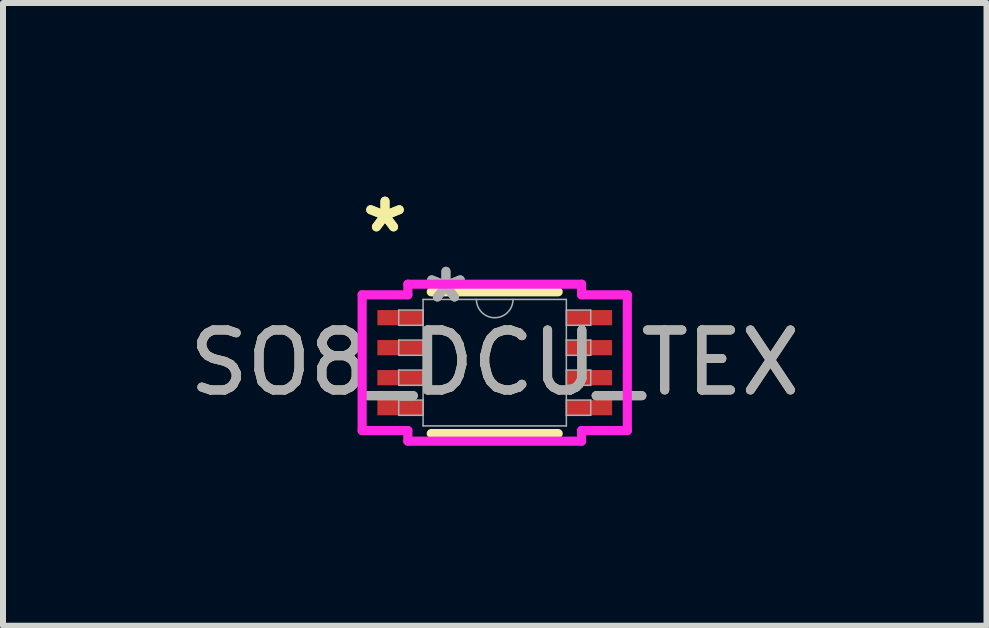
<source format=kicad_pcb>
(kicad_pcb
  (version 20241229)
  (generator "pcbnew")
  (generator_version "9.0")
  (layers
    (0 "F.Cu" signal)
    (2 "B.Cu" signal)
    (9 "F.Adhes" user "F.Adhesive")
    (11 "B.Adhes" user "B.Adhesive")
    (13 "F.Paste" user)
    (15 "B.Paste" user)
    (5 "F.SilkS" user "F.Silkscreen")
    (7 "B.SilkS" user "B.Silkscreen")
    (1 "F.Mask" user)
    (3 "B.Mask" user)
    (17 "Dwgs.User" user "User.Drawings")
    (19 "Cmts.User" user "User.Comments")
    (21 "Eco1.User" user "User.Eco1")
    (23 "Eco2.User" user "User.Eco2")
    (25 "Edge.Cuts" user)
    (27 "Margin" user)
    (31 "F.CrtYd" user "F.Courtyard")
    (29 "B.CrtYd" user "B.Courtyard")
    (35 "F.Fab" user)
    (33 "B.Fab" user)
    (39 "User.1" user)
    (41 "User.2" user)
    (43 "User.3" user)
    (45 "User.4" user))
  (footprint "SO8_DCU_TEX"
    (layer "F.Cu")
    (at 5.196 2.995)
    (property "Reference" "SO8_DCU_TEX" (at 0 0 0) (unlocked yes) (layer "F.SilkS") (effects (font (size 1 1) (thickness 0.15))))
    (attr smd)
    (fp_line (start -1.058 1.181) (end 1.058 1.181) (stroke (width 0.152) (type solid)) (layer "F.SilkS"))
    (fp_line (start 1.058 -1.181) (end -1.058 -1.181) (stroke (width 0.152) (type solid)) (layer "F.SilkS"))
    (fp_line (start -2.21 -1.131) (end -1.448 -1.131) (stroke (width 0.152) (type solid)) (layer "F.CrtYd"))
    (fp_line (start -2.21 1.131) (end -2.21 -1.131) (stroke (width 0.152) (type solid)) (layer "F.CrtYd"))
    (fp_line (start -2.21 1.131) (end -1.448 1.131) (stroke (width 0.152) (type solid)) (layer "F.CrtYd"))
    (fp_line (start -1.448 -1.308) (end 1.448 -1.308) (stroke (width 0.152) (type solid)) (layer "F.CrtYd"))
    (fp_line (start -1.448 -1.131) (end -1.448 -1.308) (stroke (width 0.152) (type solid)) (layer "F.CrtYd"))
    (fp_line (start -1.448 1.308) (end -1.448 1.131) (stroke (width 0.152) (type solid)) (layer "F.CrtYd"))
    (fp_line (start 1.448 -1.308) (end 1.448 -1.131) (stroke (width 0.152) (type solid)) (layer "F.CrtYd"))
    (fp_line (start 1.448 1.131) (end 1.448 1.308) (stroke (width 0.152) (type solid)) (layer "F.CrtYd"))
    (fp_line (start 1.448 1.308) (end -1.448 1.308) (stroke (width 0.152) (type solid)) (layer "F.CrtYd"))
    (fp_line (start 2.21 -1.131) (end 1.448 -1.131) (stroke (width 0.152) (type solid)) (layer "F.CrtYd"))
    (fp_line (start 2.21 -1.131) (end 2.21 1.131) (stroke (width 0.152) (type solid)) (layer "F.CrtYd"))
    (fp_line (start 2.21 1.131) (end 1.448 1.131) (stroke (width 0.152) (type solid)) (layer "F.CrtYd"))
    (fp_line (start -1.6 -0.877) (end -1.6 -0.623) (stroke (width 0.025) (type solid)) (layer "F.Fab"))
    (fp_line (start -1.6 -0.623) (end -1.194 -0.623) (stroke (width 0.025) (type solid)) (layer "F.Fab"))
    (fp_line (start -1.6 -0.377) (end -1.6 -0.123) (stroke (width 0.025) (type solid)) (layer "F.Fab"))
    (fp_line (start -1.6 -0.123) (end -1.194 -0.123) (stroke (width 0.025) (type solid)) (layer "F.Fab"))
    (fp_line (start -1.6 0.123) (end -1.6 0.377) (stroke (width 0.025) (type solid)) (layer "F.Fab"))
    (fp_line (start -1.6 0.377) (end -1.194 0.377) (stroke (width 0.025) (type solid)) (layer "F.Fab"))
    (fp_line (start -1.6 0.623) (end -1.6 0.877) (stroke (width 0.025) (type solid)) (layer "F.Fab"))
    (fp_line (start -1.6 0.877) (end -1.194 0.877) (stroke (width 0.025) (type solid)) (layer "F.Fab"))
    (fp_line (start -1.194 -1.054) (end -1.194 1.054) (stroke (width 0.025) (type solid)) (layer "F.Fab"))
    (fp_line (start -1.194 -0.877) (end -1.6 -0.877) (stroke (width 0.025) (type solid)) (layer "F.Fab"))
    (fp_line (start -1.194 -0.623) (end -1.194 -0.877) (stroke (width 0.025) (type solid)) (layer "F.Fab"))
    (fp_line (start -1.194 -0.377) (end -1.6 -0.377) (stroke (width 0.025) (type solid)) (layer "F.Fab"))
    (fp_line (start -1.194 -0.123) (end -1.194 -0.377) (stroke (width 0.025) (type solid)) (layer "F.Fab"))
    (fp_line (start -1.194 0.123) (end -1.6 0.123) (stroke (width 0.025) (type solid)) (layer "F.Fab"))
    (fp_line (start -1.194 0.377) (end -1.194 0.123) (stroke (width 0.025) (type solid)) (layer "F.Fab"))
    (fp_line (start -1.194 0.623) (end -1.6 0.623) (stroke (width 0.025) (type solid)) (layer "F.Fab"))
    (fp_line (start -1.194 0.877) (end -1.194 0.623) (stroke (width 0.025) (type solid)) (layer "F.Fab"))
    (fp_line (start -1.194 1.054) (end 1.194 1.054) (stroke (width 0.025) (type solid)) (layer "F.Fab"))
    (fp_line (start 1.194 -1.054) (end -1.194 -1.054) (stroke (width 0.025) (type solid)) (layer "F.Fab"))
    (fp_line (start 1.194 -0.877) (end 1.194 -0.623) (stroke (width 0.025) (type solid)) (layer "F.Fab"))
    (fp_line (start 1.194 -0.623) (end 1.6 -0.623) (stroke (width 0.025) (type solid)) (layer "F.Fab"))
    (fp_line (start 1.194 -0.377) (end 1.194 -0.123) (stroke (width 0.025) (type solid)) (layer "F.Fab"))
    (fp_line (start 1.194 -0.123) (end 1.6 -0.123) (stroke (width 0.025) (type solid)) (layer "F.Fab"))
    (fp_line (start 1.194 0.123) (end 1.194 0.377) (stroke (width 0.025) (type solid)) (layer "F.Fab"))
    (fp_line (start 1.194 0.377) (end 1.6 0.377) (stroke (width 0.025) (type solid)) (layer "F.Fab"))
    (fp_line (start 1.194 0.623) (end 1.194 0.877) (stroke (width 0.025) (type solid)) (layer "F.Fab"))
    (fp_line (start 1.194 0.877) (end 1.6 0.877) (stroke (width 0.025) (type solid)) (layer "F.Fab"))
    (fp_line (start 1.194 1.054) (end 1.194 -1.054) (stroke (width 0.025) (type solid)) (layer "F.Fab"))
    (fp_line (start 1.6 -0.877) (end 1.194 -0.877) (stroke (width 0.025) (type solid)) (layer "F.Fab"))
    (fp_line (start 1.6 -0.623) (end 1.6 -0.877) (stroke (width 0.025) (type solid)) (layer "F.Fab"))
    (fp_line (start 1.6 -0.377) (end 1.194 -0.377) (stroke (width 0.025) (type solid)) (layer "F.Fab"))
    (fp_line (start 1.6 -0.123) (end 1.6 -0.377) (stroke (width 0.025) (type solid)) (layer "F.Fab"))
    (fp_line (start 1.6 0.123) (end 1.194 0.123) (stroke (width 0.025) (type solid)) (layer "F.Fab"))
    (fp_line (start 1.6 0.377) (end 1.6 0.123) (stroke (width 0.025) (type solid)) (layer "F.Fab"))
    (fp_line (start 1.6 0.623) (end 1.194 0.623) (stroke (width 0.025) (type solid)) (layer "F.Fab"))
    (fp_line (start 1.6 0.877) (end 1.6 0.623) (stroke (width 0.025) (type solid)) (layer "F.Fab"))
    (fp_arc (start 0.3048 -1.0541) (mid 0 -0.7493) (end -0.3048 -1.0541) (stroke (width 0.0254) (type solid)) (layer "F.Fab"))
    (fp_text user "*" (at -1.829 -2.147 0) (layer "F.SilkS") (effects (font (size 1 1) (thickness 0.15))))
    (fp_text user "*" (at -1.829 -2.147 0) (unlocked yes) (layer "F.SilkS") (effects (font (size 1 1) (thickness 0.15))))
    (fp_text user "${REFERENCE}" (at 0 0 0) (unlocked yes) (layer "F.Fab") (effects (font (size 1 1) (thickness 0.15))))
    (fp_text user "*" (at -0.813 -0.978 0) (layer "F.Fab") (effects (font (size 1 1) (thickness 0.15))))
    (fp_text user "*" (at -0.813 -0.978 0) (unlocked yes) (layer "F.Fab") (effects (font (size 1 1) (thickness 0.15))))
    (pad "1" smd rect (at -1.575 -0.75) (size 0.762 0.254) (layers "F.Cu" "F.Mask" "F.Paste"))
    (pad "2" smd rect (at -1.575 -0.25) (size 0.762 0.254) (layers "F.Cu" "F.Mask" "F.Paste"))
    (pad "3" smd rect (at -1.575 0.25) (size 0.762 0.254) (layers "F.Cu" "F.Mask" "F.Paste"))
    (pad "4" smd rect (at -1.575 0.75) (size 0.762 0.254) (layers "F.Cu" "F.Mask" "F.Paste"))
    (pad "5" smd rect (at 1.575 0.75) (size 0.762 0.254) (layers "F.Cu" "F.Mask" "F.Paste"))
    (pad "6" smd rect (at 1.575 0.25) (size 0.762 0.254) (layers "F.Cu" "F.Mask" "F.Paste"))
    (pad "7" smd rect (at 1.575 -0.25) (size 0.762 0.254) (layers "F.Cu" "F.Mask" "F.Paste"))
    (pad "8" smd rect (at 1.575 -0.75) (size 0.762 0.254) (layers "F.Cu" "F.Mask" "F.Paste")))
  (gr_rect
    (start -3 -3)
    (end 13.393 7.38)
    (stroke (width 0.1) (type default))
    (fill no)
    (layer "Edge.Cuts")))
</source>
